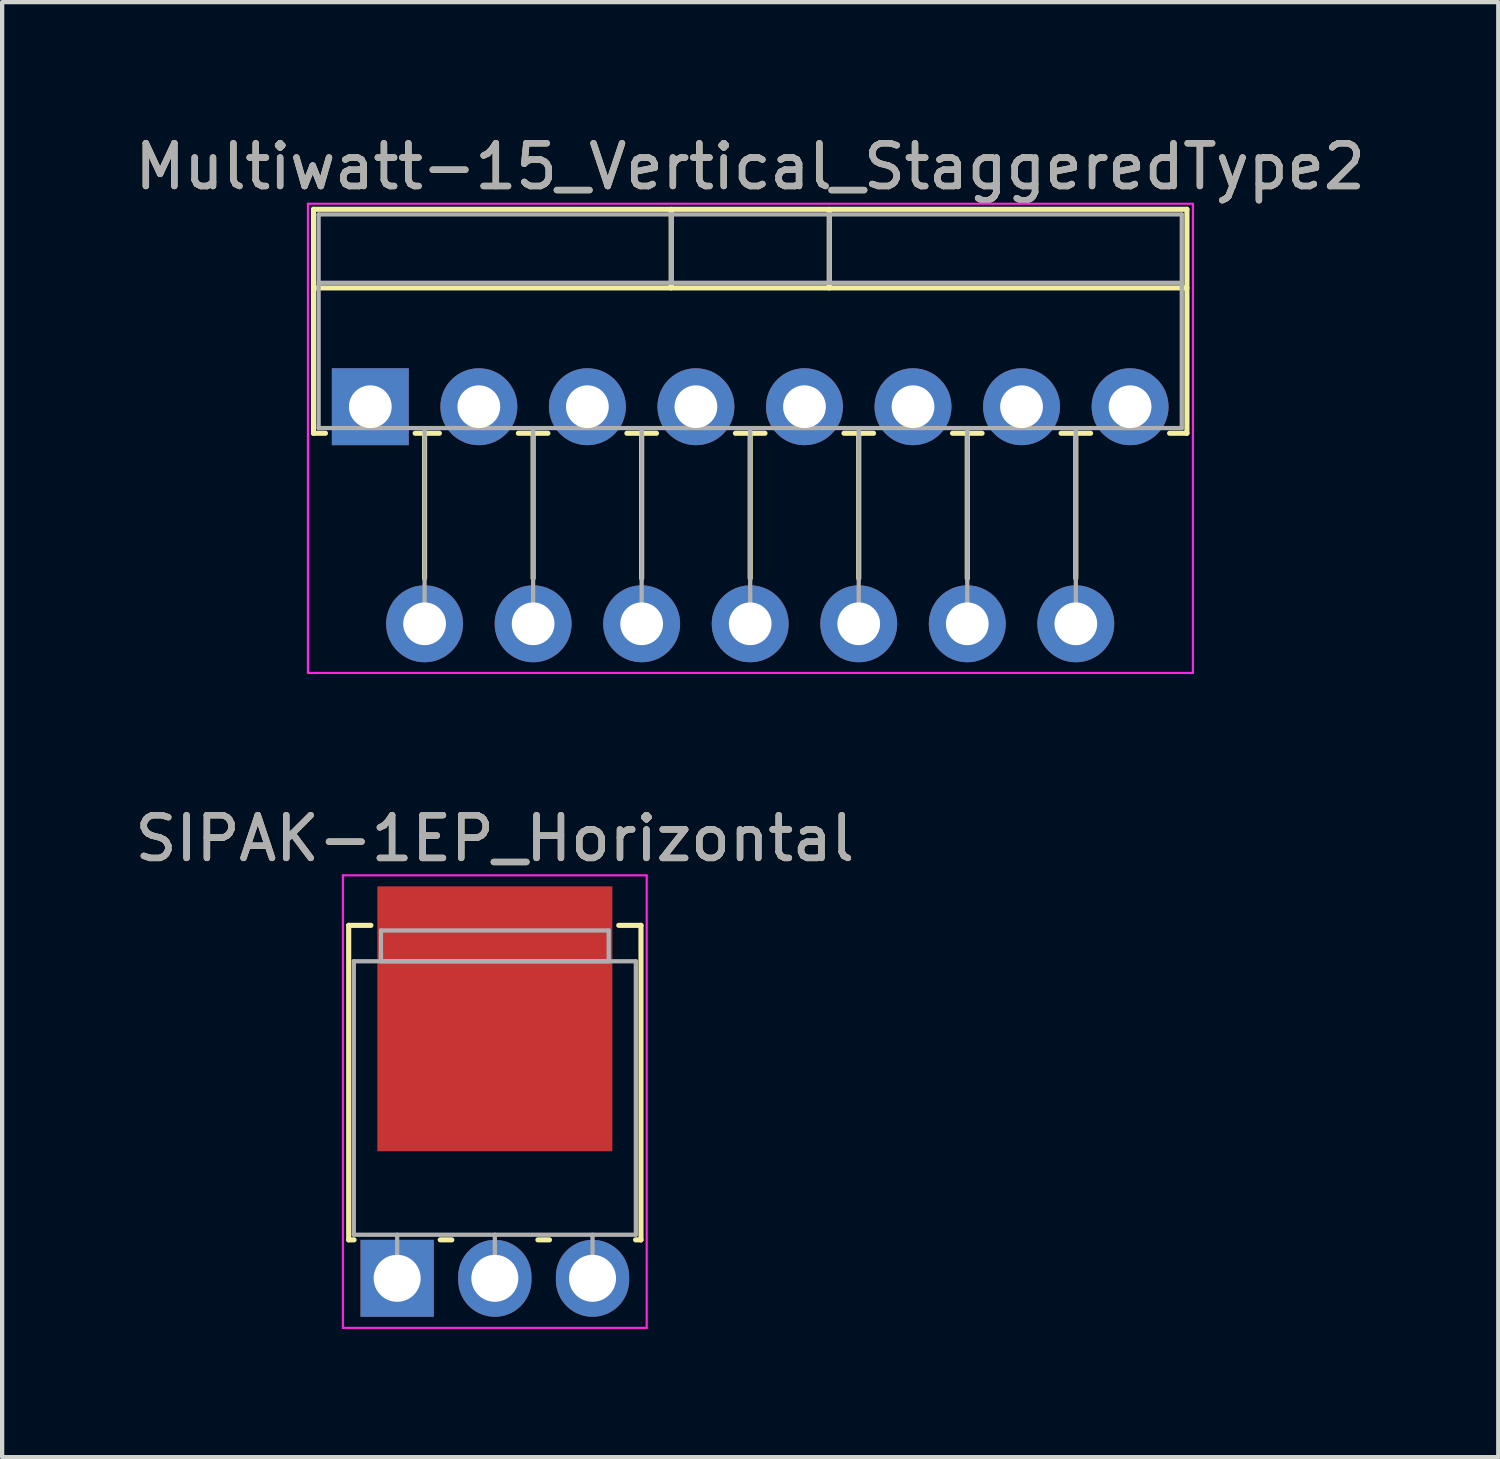
<source format=kicad_pcb>
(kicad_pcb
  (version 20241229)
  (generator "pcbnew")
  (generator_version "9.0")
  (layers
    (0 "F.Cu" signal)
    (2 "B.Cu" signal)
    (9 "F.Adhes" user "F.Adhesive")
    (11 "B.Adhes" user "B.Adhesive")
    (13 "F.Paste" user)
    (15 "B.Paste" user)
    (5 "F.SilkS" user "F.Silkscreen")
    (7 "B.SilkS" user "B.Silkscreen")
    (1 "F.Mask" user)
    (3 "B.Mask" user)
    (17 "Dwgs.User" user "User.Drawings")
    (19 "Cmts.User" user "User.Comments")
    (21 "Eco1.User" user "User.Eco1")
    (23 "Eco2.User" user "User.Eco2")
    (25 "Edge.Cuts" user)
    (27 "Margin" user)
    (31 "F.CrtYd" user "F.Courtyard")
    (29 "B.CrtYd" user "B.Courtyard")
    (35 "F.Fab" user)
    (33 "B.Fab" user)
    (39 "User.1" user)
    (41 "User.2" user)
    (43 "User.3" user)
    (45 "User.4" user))
  (footprint "SIPAK-1EP_Horizontal"
    (layer "F.Cu")
    (at 6.244 26.865)
    (property "Reference" "SIPAK-1EP_Horizontal" (at 2.286 -10.293 0) (layer "F.SilkS") (effects (font (size 1 1) (thickness 0.15))))
    (attr through_hole)
    (fp_line (start -1.134 -8.26) (end -1.134 -0.9) (stroke (width 0.12) (type solid)) (layer "F.SilkS"))
    (fp_line (start -1.134 -8.26) (end -0.614 -8.26) (stroke (width 0.12) (type solid)) (layer "F.SilkS"))
    (fp_line (start -1.134 -0.9) (end -1.008 -0.9) (stroke (width 0.12) (type solid)) (layer "F.SilkS"))
    (fp_line (start 1.008 -0.9) (end 1.279 -0.9) (stroke (width 0.12) (type solid)) (layer "F.SilkS"))
    (fp_line (start 3.294 -0.9) (end 3.565 -0.9) (stroke (width 0.12) (type solid)) (layer "F.SilkS"))
    (fp_line (start 5.186 -8.26) (end 5.706 -8.26) (stroke (width 0.12) (type solid)) (layer "F.SilkS"))
    (fp_line (start 5.58 -0.9) (end 5.706 -0.9) (stroke (width 0.12) (type solid)) (layer "F.SilkS"))
    (fp_line (start 5.706 -8.26) (end 5.706 -0.9) (stroke (width 0.12) (type solid)) (layer "F.SilkS"))
    (fp_line (start -1.27 -9.43) (end -1.27 1.16) (stroke (width 0.05) (type solid)) (layer "F.CrtYd"))
    (fp_line (start -1.27 1.16) (end 5.84 1.16) (stroke (width 0.05) (type solid)) (layer "F.CrtYd"))
    (fp_line (start 5.84 -9.43) (end -1.27 -9.43) (stroke (width 0.05) (type solid)) (layer "F.CrtYd"))
    (fp_line (start 5.84 1.16) (end 5.84 -9.43) (stroke (width 0.05) (type solid)) (layer "F.CrtYd"))
    (fp_line (start -1.014 -7.42) (end 5.586 -7.42) (stroke (width 0.1) (type solid)) (layer "F.Fab"))
    (fp_line (start -1.014 -1.02) (end -1.014 -7.42) (stroke (width 0.1) (type solid)) (layer "F.Fab"))
    (fp_line (start -0.379 -8.14) (end 4.951 -8.14) (stroke (width 0.1) (type solid)) (layer "F.Fab"))
    (fp_line (start -0.379 -7.42) (end -0.379 -8.14) (stroke (width 0.1) (type solid)) (layer "F.Fab"))
    (fp_line (start 0 -1.02) (end 0 0) (stroke (width 0.1) (type solid)) (layer "F.Fab"))
    (fp_line (start 2.286 -1.02) (end 2.286 0) (stroke (width 0.1) (type solid)) (layer "F.Fab"))
    (fp_line (start 4.572 -1.02) (end 4.572 0) (stroke (width 0.1) (type solid)) (layer "F.Fab"))
    (fp_line (start 4.951 -8.14) (end 4.951 -7.42) (stroke (width 0.1) (type solid)) (layer "F.Fab"))
    (fp_line (start 4.951 -7.42) (end -0.379 -7.42) (stroke (width 0.1) (type solid)) (layer "F.Fab"))
    (fp_line (start 5.586 -7.42) (end 5.586 -1.02) (stroke (width 0.1) (type solid)) (layer "F.Fab"))
    (fp_line (start 5.586 -1.02) (end -1.014 -1.02) (stroke (width 0.1) (type solid)) (layer "F.Fab"))
    (fp_text user "${REFERENCE}" (at 2.286 -10.293 0) (layer "F.Fab") (effects (font (size 1 1) (thickness 0.15))))
    (pad "1" thru_hole rect (at 0 0) (size 1.714 1.8) (drill 1.1) (layers "*.Cu" "*.Mask"))
    (pad "2" thru_hole oval (at 2.286 0) (size 1.714 1.8) (drill 1.1) (layers "*.Cu" "*.Mask"))
    (pad "3" thru_hole oval (at 4.572 0) (size 1.714 1.8) (drill 1.1) (layers "*.Cu" "*.Mask"))
    (pad "4" smd rect (at 2.286 -6.073) (size 5.5 6.2) (layers "F.Cu" "F.Mask" "F.Paste")))
  (footprint "Multiwatt-15_Vertical_StaggeredType2"
    (layer "F.Cu")
    (at 5.616 6.468)
    (property "Reference" "Multiwatt-15_Vertical_StaggeredType2" (at 8.89 -5.62 0) (layer "F.SilkS") (effects (font (size 1 1) (thickness 0.15))))
    (attr through_hole)
    (fp_line (start -1.33 -4.62) (end -1.33 0.621) (stroke (width 0.12) (type solid)) (layer "F.SilkS"))
    (fp_line (start -1.33 -4.62) (end 19.11 -4.62) (stroke (width 0.12) (type solid)) (layer "F.SilkS"))
    (fp_line (start -1.33 -2.78) (end 19.11 -2.78) (stroke (width 0.12) (type solid)) (layer "F.SilkS"))
    (fp_line (start -1.33 0.621) (end -1.05 0.621) (stroke (width 0.12) (type solid)) (layer "F.SilkS"))
    (fp_line (start 1.05 0.621) (end 1.616 0.621) (stroke (width 0.12) (type solid)) (layer "F.SilkS"))
    (fp_line (start 1.27 0.621) (end 1.27 4.015) (stroke (width 0.12) (type solid)) (layer "F.SilkS"))
    (fp_line (start 3.465 0.621) (end 4.156 0.621) (stroke (width 0.12) (type solid)) (layer "F.SilkS"))
    (fp_line (start 3.81 0.621) (end 3.81 4.015) (stroke (width 0.12) (type solid)) (layer "F.SilkS"))
    (fp_line (start 6.005 0.621) (end 6.696 0.621) (stroke (width 0.12) (type solid)) (layer "F.SilkS"))
    (fp_line (start 6.35 0.621) (end 6.35 4.015) (stroke (width 0.12) (type solid)) (layer "F.SilkS"))
    (fp_line (start 7.041 -4.62) (end 7.041 -2.78) (stroke (width 0.12) (type solid)) (layer "F.SilkS"))
    (fp_line (start 8.545 0.621) (end 9.236 0.621) (stroke (width 0.12) (type solid)) (layer "F.SilkS"))
    (fp_line (start 8.89 0.621) (end 8.89 4.015) (stroke (width 0.12) (type solid)) (layer "F.SilkS"))
    (fp_line (start 10.74 -4.62) (end 10.74 -2.78) (stroke (width 0.12) (type solid)) (layer "F.SilkS"))
    (fp_line (start 11.085 0.621) (end 11.776 0.621) (stroke (width 0.12) (type solid)) (layer "F.SilkS"))
    (fp_line (start 11.43 0.621) (end 11.43 4.015) (stroke (width 0.12) (type solid)) (layer "F.SilkS"))
    (fp_line (start 13.625 0.621) (end 14.316 0.621) (stroke (width 0.12) (type solid)) (layer "F.SilkS"))
    (fp_line (start 13.97 0.621) (end 13.97 4.015) (stroke (width 0.12) (type solid)) (layer "F.SilkS"))
    (fp_line (start 16.165 0.621) (end 16.856 0.621) (stroke (width 0.12) (type solid)) (layer "F.SilkS"))
    (fp_line (start 16.51 0.621) (end 16.51 4.015) (stroke (width 0.12) (type solid)) (layer "F.SilkS"))
    (fp_line (start 18.705 0.621) (end 19.11 0.621) (stroke (width 0.12) (type solid)) (layer "F.SilkS"))
    (fp_line (start 19.11 -4.62) (end 19.11 0.621) (stroke (width 0.12) (type solid)) (layer "F.SilkS"))
    (fp_line (start -1.46 -4.75) (end -1.46 6.23) (stroke (width 0.05) (type solid)) (layer "F.CrtYd"))
    (fp_line (start -1.46 6.23) (end 19.25 6.23) (stroke (width 0.05) (type solid)) (layer "F.CrtYd"))
    (fp_line (start 19.25 -4.75) (end -1.46 -4.75) (stroke (width 0.05) (type solid)) (layer "F.CrtYd"))
    (fp_line (start 19.25 6.23) (end 19.25 -4.75) (stroke (width 0.05) (type solid)) (layer "F.CrtYd"))
    (fp_line (start -1.21 -4.5) (end -1.21 0.5) (stroke (width 0.1) (type solid)) (layer "F.Fab"))
    (fp_line (start -1.21 -2.9) (end 18.99 -2.9) (stroke (width 0.1) (type solid)) (layer "F.Fab"))
    (fp_line (start -1.21 0.5) (end 18.99 0.5) (stroke (width 0.1) (type solid)) (layer "F.Fab"))
    (fp_line (start 1.27 0.5) (end 1.27 5.08) (stroke (width 0.1) (type solid)) (layer "F.Fab"))
    (fp_line (start 3.81 0.5) (end 3.81 5.08) (stroke (width 0.1) (type solid)) (layer "F.Fab"))
    (fp_line (start 6.35 0.5) (end 6.35 5.08) (stroke (width 0.1) (type solid)) (layer "F.Fab"))
    (fp_line (start 7.04 -4.5) (end 7.04 -2.9) (stroke (width 0.1) (type solid)) (layer "F.Fab"))
    (fp_line (start 8.89 0.5) (end 8.89 5.08) (stroke (width 0.1) (type solid)) (layer "F.Fab"))
    (fp_line (start 10.74 -4.5) (end 10.74 -2.9) (stroke (width 0.1) (type solid)) (layer "F.Fab"))
    (fp_line (start 11.43 0.5) (end 11.43 5.08) (stroke (width 0.1) (type solid)) (layer "F.Fab"))
    (fp_line (start 13.97 0.5) (end 13.97 5.08) (stroke (width 0.1) (type solid)) (layer "F.Fab"))
    (fp_line (start 16.51 0.5) (end 16.51 5.08) (stroke (width 0.1) (type solid)) (layer "F.Fab"))
    (fp_line (start 18.99 -4.5) (end -1.21 -4.5) (stroke (width 0.1) (type solid)) (layer "F.Fab"))
    (fp_line (start 18.99 0.5) (end 18.99 -4.5) (stroke (width 0.1) (type solid)) (layer "F.Fab"))
    (fp_text user "${REFERENCE}" (at 8.89 -5.62 0) (layer "F.Fab") (effects (font (size 1 1) (thickness 0.15))))
    (pad "1" thru_hole rect (at 0 0) (size 1.8 1.8) (drill 1) (layers "*.Cu" "*.Mask"))
    (pad "2" thru_hole oval (at 1.27 5.08) (size 1.8 1.8) (drill 1) (layers "*.Cu" "*.Mask"))
    (pad "3" thru_hole oval (at 2.54 0) (size 1.8 1.8) (drill 1) (layers "*.Cu" "*.Mask"))
    (pad "4" thru_hole oval (at 3.81 5.08) (size 1.8 1.8) (drill 1) (layers "*.Cu" "*.Mask"))
    (pad "5" thru_hole oval (at 5.08 0) (size 1.8 1.8) (drill 1) (layers "*.Cu" "*.Mask"))
    (pad "6" thru_hole oval (at 6.35 5.08) (size 1.8 1.8) (drill 1) (layers "*.Cu" "*.Mask"))
    (pad "7" thru_hole oval (at 7.62 0) (size 1.8 1.8) (drill 1) (layers "*.Cu" "*.Mask"))
    (pad "8" thru_hole oval (at 8.89 5.08) (size 1.8 1.8) (drill 1) (layers "*.Cu" "*.Mask"))
    (pad "9" thru_hole oval (at 10.16 0) (size 1.8 1.8) (drill 1) (layers "*.Cu" "*.Mask"))
    (pad "10" thru_hole oval (at 11.43 5.08) (size 1.8 1.8) (drill 1) (layers "*.Cu" "*.Mask"))
    (pad "11" thru_hole oval (at 12.7 0) (size 1.8 1.8) (drill 1) (layers "*.Cu" "*.Mask"))
    (pad "12" thru_hole oval (at 13.97 5.08) (size 1.8 1.8) (drill 1) (layers "*.Cu" "*.Mask"))
    (pad "13" thru_hole oval (at 15.24 0) (size 1.8 1.8) (drill 1) (layers "*.Cu" "*.Mask"))
    (pad "14" thru_hole oval (at 16.51 5.08) (size 1.8 1.8) (drill 1) (layers "*.Cu" "*.Mask"))
    (pad "15" thru_hole oval (at 17.78 0) (size 1.8 1.8) (drill 1) (layers "*.Cu" "*.Mask")))
  (gr_rect
    (start -3 -3)
    (end 32.012 31.05)
    (stroke (width 0.1) (type default))
    (fill no)
    (layer "Edge.Cuts")))
</source>
